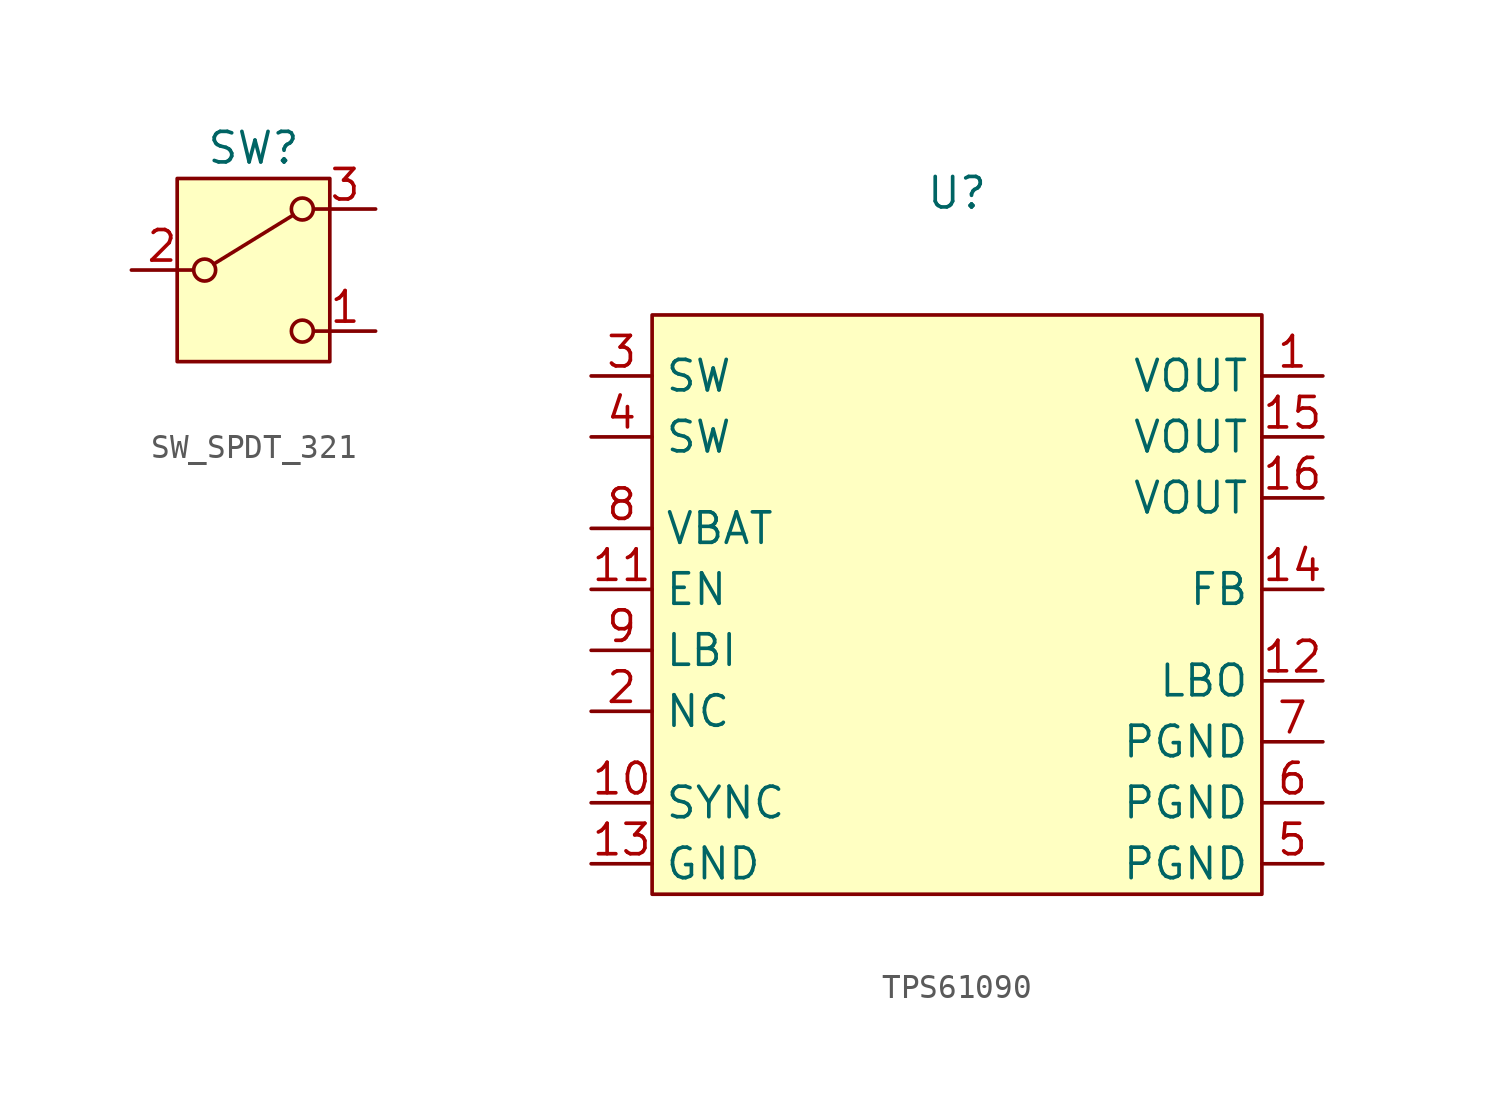
<source format=kicad_sym>
(kicad_symbol_lib
  (version 20241209)
  (generator "kicad_symbol_editor")
  (generator_version "9.0")
  (symbol "SW_SPDT_321"
    (pin_names
      (offset 1)
      (hide yes))
    (property "Reference" "SW"
      (at 0 5.08 0)
      (effects (font (size 1.27 1.27))))
    (property "Value" ""
      (at 0 -5.08 0)
      (effects (font (size 1.27 1.27))))
    (symbol "SW_SPDT_321_0_1"
      (circle (center -2.032 0) (radius 0.457) (stroke (width 0) (type default)) (fill (type none)))
      (polyline (pts (xy -1.651 0.254) (xy 1.651 2.286)) (stroke (width 0) (type default)) (fill (type none)))
      (circle (center 2.032 2.54) (radius 0.457) (stroke (width 0) (type default)) (fill (type none)))
      (circle (center 2.032 -2.54) (radius 0.457) (stroke (width 0) (type default)) (fill (type none))))
    (symbol "SW_SPDT_321_1_1"
      (rectangle (start -3.175 3.81) (end 3.175 -3.81) (stroke (width 0) (type default)) (fill (type background)))
      (pin passive line (at -5.08 0 0) (length 2.54) (name "B" (effects (font (size 1.27 1.27)))) (number "2" (effects (font (size 1.27 1.27)))))
      (pin passive line (at 5.08 2.54 180) (length 2.54) (name "A" (effects (font (size 1.27 1.27)))) (number "3" (effects (font (size 1.27 1.27)))))
      (pin passive line (at 5.08 -2.54 180) (length 2.54) (name "C" (effects (font (size 1.27 1.27)))) (number "1" (effects (font (size 1.27 1.27)))))))
  (symbol "TPS61090"
    (property "Reference" "U"
      (at 0 0 0)
      (effects (font (size 1.27 1.27))))
    (property "Value" ""
      (at 0 0 0)
      (effects (font (size 1.27 1.27))))
    (symbol "TPS61090_1_1"
      (rectangle (start -12.7 -5.08) (end 12.7 -29.21) (stroke (width 0) (type solid)) (fill (type background)))
      (pin input line (at -15.24 -7.62 0) (length 2.54) (name "SW" (effects (font (size 1.27 1.27)))) (number "3" (effects (font (size 1.27 1.27)))))
      (pin input line (at -15.24 -10.16 0) (length 2.54) (name "SW" (effects (font (size 1.27 1.27)))) (number "4" (effects (font (size 1.27 1.27)))))
      (pin input line (at -15.24 -13.97 0) (length 2.54) (name "VBAT" (effects (font (size 1.27 1.27)))) (number "8" (effects (font (size 1.27 1.27)))))
      (pin input line (at -15.24 -16.51 0) (length 2.54) (name "EN" (effects (font (size 1.27 1.27)))) (number "11" (effects (font (size 1.27 1.27)))))
      (pin input line (at -15.24 -19.05 0) (length 2.54) (name "LBI" (effects (font (size 1.27 1.27)))) (number "9" (effects (font (size 1.27 1.27)))))
      (pin input line (at -15.24 -21.59 0) (length 2.54) (name "NC" (effects (font (size 1.27 1.27)))) (number "2" (effects (font (size 1.27 1.27)))))
      (pin input line (at -15.24 -25.4 0) (length 2.54) (name "SYNC" (effects (font (size 1.27 1.27)))) (number "10" (effects (font (size 1.27 1.27)))))
      (pin input line (at -15.24 -27.94 0) (length 2.54) (name "GND" (effects (font (size 1.27 1.27)))) (number "13" (effects (font (size 1.27 1.27)))))
      (pin input line (at 15.24 -7.62 180) (length 2.54) (name "VOUT" (effects (font (size 1.27 1.27)))) (number "1" (effects (font (size 1.27 1.27)))))
      (pin input line (at 15.24 -10.16 180) (length 2.54) (name "VOUT" (effects (font (size 1.27 1.27)))) (number "15" (effects (font (size 1.27 1.27)))))
      (pin input line (at 15.24 -12.7 180) (length 2.54) (name "VOUT" (effects (font (size 1.27 1.27)))) (number "16" (effects (font (size 1.27 1.27)))))
      (pin input line (at 15.24 -16.51 180) (length 2.54) (name "FB" (effects (font (size 1.27 1.27)))) (number "14" (effects (font (size 1.27 1.27)))))
      (pin input line (at 15.24 -20.32 180) (length 2.54) (name "LBO" (effects (font (size 1.27 1.27)))) (number "12" (effects (font (size 1.27 1.27)))))
      (pin input line (at 15.24 -22.86 180) (length 2.54) (name "PGND" (effects (font (size 1.27 1.27)))) (number "7" (effects (font (size 1.27 1.27)))))
      (pin input line (at 15.24 -25.4 180) (length 2.54) (name "PGND" (effects (font (size 1.27 1.27)))) (number "6" (effects (font (size 1.27 1.27)))))
      (pin input line (at 15.24 -27.94 180) (length 2.54) (name "PGND" (effects (font (size 1.27 1.27)))) (number "5" (effects (font (size 1.27 1.27))))))))
</source>
